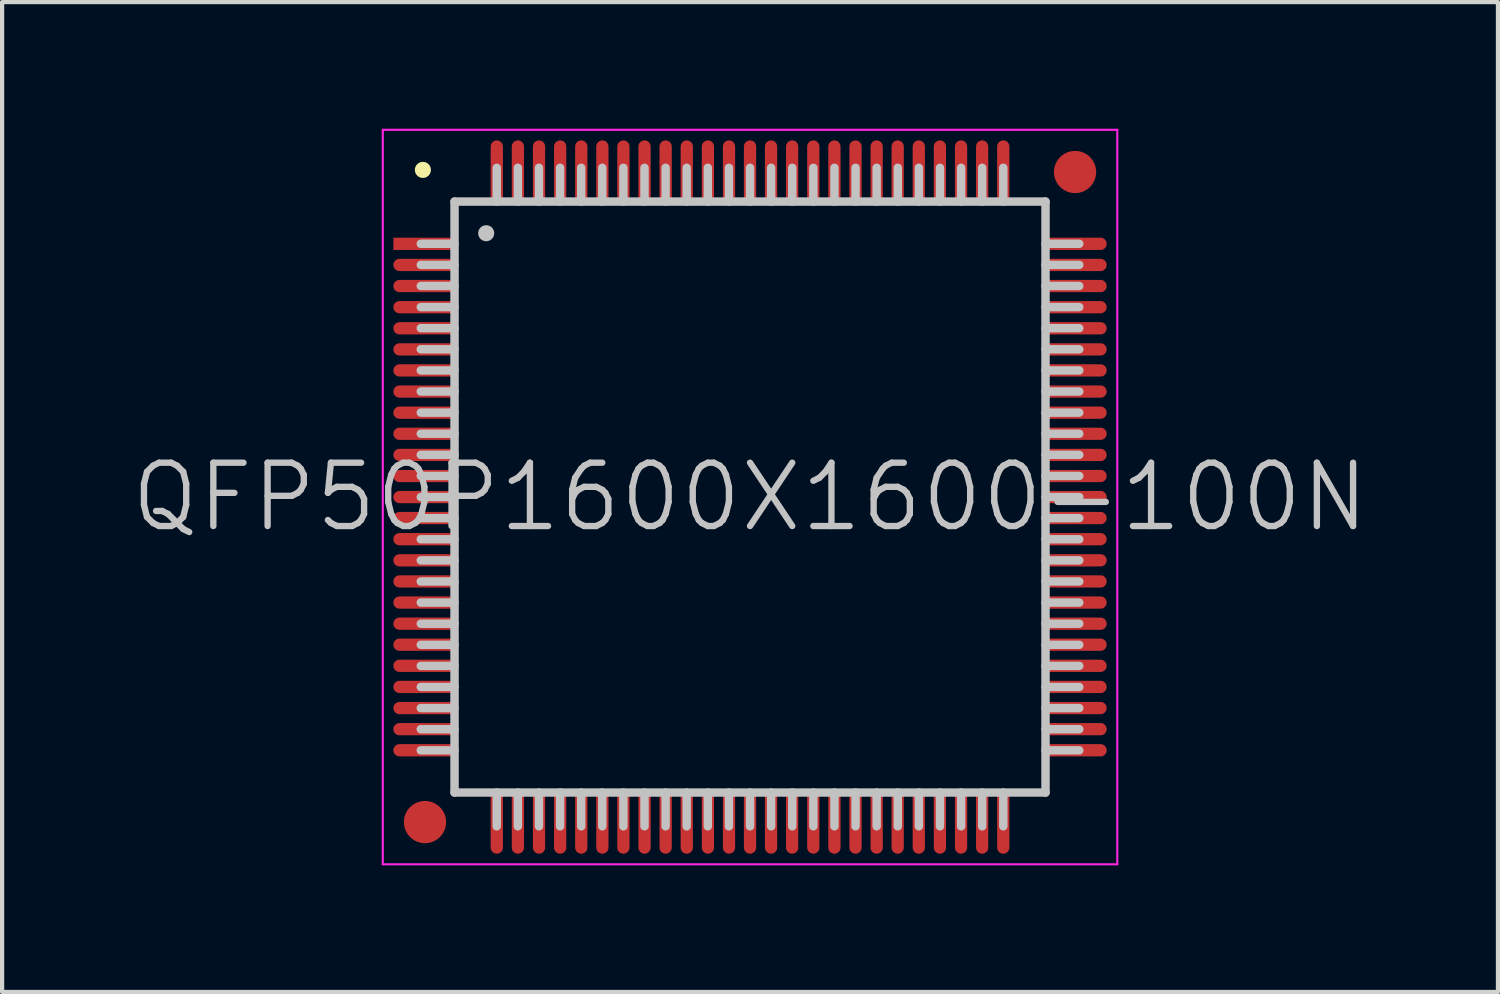
<source format=kicad_pcb>
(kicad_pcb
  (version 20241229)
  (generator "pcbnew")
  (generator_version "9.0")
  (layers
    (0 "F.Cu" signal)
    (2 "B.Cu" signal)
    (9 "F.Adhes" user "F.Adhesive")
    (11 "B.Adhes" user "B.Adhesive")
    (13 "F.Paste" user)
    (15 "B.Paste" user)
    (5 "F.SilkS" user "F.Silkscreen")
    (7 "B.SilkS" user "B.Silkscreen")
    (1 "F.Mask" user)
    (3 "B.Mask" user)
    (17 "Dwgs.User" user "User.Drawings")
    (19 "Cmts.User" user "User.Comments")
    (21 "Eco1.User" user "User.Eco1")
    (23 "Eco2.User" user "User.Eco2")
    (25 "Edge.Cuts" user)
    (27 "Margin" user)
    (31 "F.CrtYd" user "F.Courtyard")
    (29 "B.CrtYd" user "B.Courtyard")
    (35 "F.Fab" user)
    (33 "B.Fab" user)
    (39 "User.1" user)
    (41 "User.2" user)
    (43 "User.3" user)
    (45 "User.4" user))
  (footprint "QFP50P1600X1600-100N"
    (layer "F.Cu")
    (at 14.718 8.725)
    (property "Reference" "QFP50P1600X1600-100N" (at 0 0 0) (layer "Dwgs.User") (effects (font (size 1.5 1.5) (thickness 0.15))))
    (attr smd)
    (fp_line (start -7.75 -7.75) (end -7.75 -7.75) (stroke (width 0.381) (type solid)) (layer "F.SilkS"))
    (fp_line (start -7 -7) (end -7 7) (stroke (width 0.2) (type solid)) (layer "Dwgs.User"))
    (fp_line (start -7 -7) (end 7 -7) (stroke (width 0.2) (type solid)) (layer "Dwgs.User"))
    (fp_line (start -7 -6) (end -7.8 -6) (stroke (width 0.2) (type solid)) (layer "Dwgs.User"))
    (fp_line (start -7 -5.5) (end -7.8 -5.5) (stroke (width 0.2) (type solid)) (layer "Dwgs.User"))
    (fp_line (start -7 -5) (end -7.8 -5) (stroke (width 0.2) (type solid)) (layer "Dwgs.User"))
    (fp_line (start -7 -4.5) (end -7.8 -4.5) (stroke (width 0.2) (type solid)) (layer "Dwgs.User"))
    (fp_line (start -7 -4) (end -7.8 -4) (stroke (width 0.2) (type solid)) (layer "Dwgs.User"))
    (fp_line (start -7 -3.5) (end -7.8 -3.5) (stroke (width 0.2) (type solid)) (layer "Dwgs.User"))
    (fp_line (start -7 -3) (end -7.8 -3) (stroke (width 0.2) (type solid)) (layer "Dwgs.User"))
    (fp_line (start -7 -2.5) (end -7.8 -2.5) (stroke (width 0.2) (type solid)) (layer "Dwgs.User"))
    (fp_line (start -7 -2) (end -7.8 -2) (stroke (width 0.2) (type solid)) (layer "Dwgs.User"))
    (fp_line (start -7 -1.5) (end -7.8 -1.5) (stroke (width 0.2) (type solid)) (layer "Dwgs.User"))
    (fp_line (start -7 -1) (end -7.8 -1) (stroke (width 0.2) (type solid)) (layer "Dwgs.User"))
    (fp_line (start -7 -0.5) (end -7.8 -0.5) (stroke (width 0.2) (type solid)) (layer "Dwgs.User"))
    (fp_line (start -7 0) (end -7.8 0) (stroke (width 0.2) (type solid)) (layer "Dwgs.User"))
    (fp_line (start -7 0.5) (end -7.8 0.5) (stroke (width 0.2) (type solid)) (layer "Dwgs.User"))
    (fp_line (start -7 1) (end -7.8 1) (stroke (width 0.2) (type solid)) (layer "Dwgs.User"))
    (fp_line (start -7 1.5) (end -7.8 1.5) (stroke (width 0.2) (type solid)) (layer "Dwgs.User"))
    (fp_line (start -7 2) (end -7.8 2) (stroke (width 0.2) (type solid)) (layer "Dwgs.User"))
    (fp_line (start -7 2.5) (end -7.8 2.5) (stroke (width 0.2) (type solid)) (layer "Dwgs.User"))
    (fp_line (start -7 3) (end -7.8 3) (stroke (width 0.2) (type solid)) (layer "Dwgs.User"))
    (fp_line (start -7 3.5) (end -7.8 3.5) (stroke (width 0.2) (type solid)) (layer "Dwgs.User"))
    (fp_line (start -7 4) (end -7.8 4) (stroke (width 0.2) (type solid)) (layer "Dwgs.User"))
    (fp_line (start -7 4.5) (end -7.8 4.5) (stroke (width 0.2) (type solid)) (layer "Dwgs.User"))
    (fp_line (start -7 5) (end -7.8 5) (stroke (width 0.2) (type solid)) (layer "Dwgs.User"))
    (fp_line (start -7 5.5) (end -7.8 5.5) (stroke (width 0.2) (type solid)) (layer "Dwgs.User"))
    (fp_line (start -7 6) (end -7.8 6) (stroke (width 0.2) (type solid)) (layer "Dwgs.User"))
    (fp_line (start -7 7) (end 7 7) (stroke (width 0.2) (type solid)) (layer "Dwgs.User"))
    (fp_line (start -6.25 -6.25) (end -6.25 -6.25) (stroke (width 0.381) (type solid)) (layer "Dwgs.User"))
    (fp_line (start -6 -7) (end -6 -7.8) (stroke (width 0.2) (type solid)) (layer "Dwgs.User"))
    (fp_line (start -6 7.8) (end -6 7) (stroke (width 0.2) (type solid)) (layer "Dwgs.User"))
    (fp_line (start -5.5 -7) (end -5.5 -7.8) (stroke (width 0.2) (type solid)) (layer "Dwgs.User"))
    (fp_line (start -5.5 7.8) (end -5.5 7) (stroke (width 0.2) (type solid)) (layer "Dwgs.User"))
    (fp_line (start -5 -7) (end -5 -7.8) (stroke (width 0.2) (type solid)) (layer "Dwgs.User"))
    (fp_line (start -5 7.8) (end -5 7) (stroke (width 0.2) (type solid)) (layer "Dwgs.User"))
    (fp_line (start -4.5 -7) (end -4.5 -7.8) (stroke (width 0.2) (type solid)) (layer "Dwgs.User"))
    (fp_line (start -4.5 7.8) (end -4.5 7) (stroke (width 0.2) (type solid)) (layer "Dwgs.User"))
    (fp_line (start -4 -7) (end -4 -7.8) (stroke (width 0.2) (type solid)) (layer "Dwgs.User"))
    (fp_line (start -4 7.8) (end -4 7) (stroke (width 0.2) (type solid)) (layer "Dwgs.User"))
    (fp_line (start -3.5 -7) (end -3.5 -7.8) (stroke (width 0.2) (type solid)) (layer "Dwgs.User"))
    (fp_line (start -3.5 7.8) (end -3.5 7) (stroke (width 0.2) (type solid)) (layer "Dwgs.User"))
    (fp_line (start -3 -7) (end -3 -7.8) (stroke (width 0.2) (type solid)) (layer "Dwgs.User"))
    (fp_line (start -3 7.8) (end -3 7) (stroke (width 0.2) (type solid)) (layer "Dwgs.User"))
    (fp_line (start -2.5 -7) (end -2.5 -7.8) (stroke (width 0.2) (type solid)) (layer "Dwgs.User"))
    (fp_line (start -2.5 7.8) (end -2.5 7) (stroke (width 0.2) (type solid)) (layer "Dwgs.User"))
    (fp_line (start -2 -7) (end -2 -7.8) (stroke (width 0.2) (type solid)) (layer "Dwgs.User"))
    (fp_line (start -2 7.8) (end -2 7) (stroke (width 0.2) (type solid)) (layer "Dwgs.User"))
    (fp_line (start -1.5 -7) (end -1.5 -7.8) (stroke (width 0.2) (type solid)) (layer "Dwgs.User"))
    (fp_line (start -1.5 7.8) (end -1.5 7) (stroke (width 0.2) (type solid)) (layer "Dwgs.User"))
    (fp_line (start -1 -7) (end -1 -7.8) (stroke (width 0.2) (type solid)) (layer "Dwgs.User"))
    (fp_line (start -1 7.8) (end -1 7) (stroke (width 0.2) (type solid)) (layer "Dwgs.User"))
    (fp_line (start -0.5 -7) (end -0.5 -7.8) (stroke (width 0.2) (type solid)) (layer "Dwgs.User"))
    (fp_line (start -0.5 7.8) (end -0.5 7) (stroke (width 0.2) (type solid)) (layer "Dwgs.User"))
    (fp_line (start 0 -7) (end 0 -7.8) (stroke (width 0.2) (type solid)) (layer "Dwgs.User"))
    (fp_line (start 0 7.8) (end 0 7) (stroke (width 0.2) (type solid)) (layer "Dwgs.User"))
    (fp_line (start 0.5 -7) (end 0.5 -7.8) (stroke (width 0.2) (type solid)) (layer "Dwgs.User"))
    (fp_line (start 0.5 7.8) (end 0.5 7) (stroke (width 0.2) (type solid)) (layer "Dwgs.User"))
    (fp_line (start 1 -7) (end 1 -7.8) (stroke (width 0.2) (type solid)) (layer "Dwgs.User"))
    (fp_line (start 1 7.8) (end 1 7) (stroke (width 0.2) (type solid)) (layer "Dwgs.User"))
    (fp_line (start 1.5 -7) (end 1.5 -7.8) (stroke (width 0.2) (type solid)) (layer "Dwgs.User"))
    (fp_line (start 1.5 7.8) (end 1.5 7) (stroke (width 0.2) (type solid)) (layer "Dwgs.User"))
    (fp_line (start 2 -7) (end 2 -7.8) (stroke (width 0.2) (type solid)) (layer "Dwgs.User"))
    (fp_line (start 2 7.8) (end 2 7) (stroke (width 0.2) (type solid)) (layer "Dwgs.User"))
    (fp_line (start 2.5 -7) (end 2.5 -7.8) (stroke (width 0.2) (type solid)) (layer "Dwgs.User"))
    (fp_line (start 2.5 7.8) (end 2.5 7) (stroke (width 0.2) (type solid)) (layer "Dwgs.User"))
    (fp_line (start 3 -7) (end 3 -7.8) (stroke (width 0.2) (type solid)) (layer "Dwgs.User"))
    (fp_line (start 3 7.8) (end 3 7) (stroke (width 0.2) (type solid)) (layer "Dwgs.User"))
    (fp_line (start 3.5 -7) (end 3.5 -7.8) (stroke (width 0.2) (type solid)) (layer "Dwgs.User"))
    (fp_line (start 3.5 7.8) (end 3.5 7) (stroke (width 0.2) (type solid)) (layer "Dwgs.User"))
    (fp_line (start 4 -7) (end 4 -7.8) (stroke (width 0.2) (type solid)) (layer "Dwgs.User"))
    (fp_line (start 4 7.8) (end 4 7) (stroke (width 0.2) (type solid)) (layer "Dwgs.User"))
    (fp_line (start 4.5 -7) (end 4.5 -7.8) (stroke (width 0.2) (type solid)) (layer "Dwgs.User"))
    (fp_line (start 4.5 7.8) (end 4.5 7) (stroke (width 0.2) (type solid)) (layer "Dwgs.User"))
    (fp_line (start 5 -7) (end 5 -7.8) (stroke (width 0.2) (type solid)) (layer "Dwgs.User"))
    (fp_line (start 5 7.8) (end 5 7) (stroke (width 0.2) (type solid)) (layer "Dwgs.User"))
    (fp_line (start 5.5 -7) (end 5.5 -7.8) (stroke (width 0.2) (type solid)) (layer "Dwgs.User"))
    (fp_line (start 5.5 7.8) (end 5.5 7) (stroke (width 0.2) (type solid)) (layer "Dwgs.User"))
    (fp_line (start 6 -7) (end 6 -7.8) (stroke (width 0.2) (type solid)) (layer "Dwgs.User"))
    (fp_line (start 6 7.8) (end 6 7) (stroke (width 0.2) (type solid)) (layer "Dwgs.User"))
    (fp_line (start 7 -7) (end 7 7) (stroke (width 0.2) (type solid)) (layer "Dwgs.User"))
    (fp_line (start 7.8 -6) (end 7 -6) (stroke (width 0.2) (type solid)) (layer "Dwgs.User"))
    (fp_line (start 7.8 -5.5) (end 7 -5.5) (stroke (width 0.2) (type solid)) (layer "Dwgs.User"))
    (fp_line (start 7.8 -5) (end 7 -5) (stroke (width 0.2) (type solid)) (layer "Dwgs.User"))
    (fp_line (start 7.8 -4.5) (end 7 -4.5) (stroke (width 0.2) (type solid)) (layer "Dwgs.User"))
    (fp_line (start 7.8 -4) (end 7 -4) (stroke (width 0.2) (type solid)) (layer "Dwgs.User"))
    (fp_line (start 7.8 -3.5) (end 7 -3.5) (stroke (width 0.2) (type solid)) (layer "Dwgs.User"))
    (fp_line (start 7.8 -3) (end 7 -3) (stroke (width 0.2) (type solid)) (layer "Dwgs.User"))
    (fp_line (start 7.8 -2.5) (end 7 -2.5) (stroke (width 0.2) (type solid)) (layer "Dwgs.User"))
    (fp_line (start 7.8 -2) (end 7 -2) (stroke (width 0.2) (type solid)) (layer "Dwgs.User"))
    (fp_line (start 7.8 -1.5) (end 7 -1.5) (stroke (width 0.2) (type solid)) (layer "Dwgs.User"))
    (fp_line (start 7.8 -1) (end 7 -1) (stroke (width 0.2) (type solid)) (layer "Dwgs.User"))
    (fp_line (start 7.8 -0.5) (end 7 -0.5) (stroke (width 0.2) (type solid)) (layer "Dwgs.User"))
    (fp_line (start 7.8 0) (end 7 0) (stroke (width 0.2) (type solid)) (layer "Dwgs.User"))
    (fp_line (start 7.8 0.5) (end 7 0.5) (stroke (width 0.2) (type solid)) (layer "Dwgs.User"))
    (fp_line (start 7.8 1) (end 7 1) (stroke (width 0.2) (type solid)) (layer "Dwgs.User"))
    (fp_line (start 7.8 1.5) (end 7 1.5) (stroke (width 0.2) (type solid)) (layer "Dwgs.User"))
    (fp_line (start 7.8 2) (end 7 2) (stroke (width 0.2) (type solid)) (layer "Dwgs.User"))
    (fp_line (start 7.8 2.5) (end 7 2.5) (stroke (width 0.2) (type solid)) (layer "Dwgs.User"))
    (fp_line (start 7.8 3) (end 7 3) (stroke (width 0.2) (type solid)) (layer "Dwgs.User"))
    (fp_line (start 7.8 3.5) (end 7 3.5) (stroke (width 0.2) (type solid)) (layer "Dwgs.User"))
    (fp_line (start 7.8 4) (end 7 4) (stroke (width 0.2) (type solid)) (layer "Dwgs.User"))
    (fp_line (start 7.8 4.5) (end 7 4.5) (stroke (width 0.2) (type solid)) (layer "Dwgs.User"))
    (fp_line (start 7.8 5) (end 7 5) (stroke (width 0.2) (type solid)) (layer "Dwgs.User"))
    (fp_line (start 7.8 5.5) (end 7 5.5) (stroke (width 0.2) (type solid)) (layer "Dwgs.User"))
    (fp_line (start 7.8 6) (end 7 6) (stroke (width 0.2) (type solid)) (layer "Dwgs.User"))
    (fp_line (start -8.7 -8.7) (end -8.7 8.7) (stroke (width 0.05) (type solid)) (layer "F.CrtYd"))
    (fp_line (start -8.7 -8.7) (end 8.7 -8.7) (stroke (width 0.05) (type solid)) (layer "F.CrtYd"))
    (fp_line (start -8.7 8.7) (end 8.7 8.7) (stroke (width 0.05) (type solid)) (layer "F.CrtYd"))
    (fp_line (start 8.7 -8.7) (end 8.7 8.7) (stroke (width 0.05) (type solid)) (layer "F.CrtYd"))
    (pad "" smd circle (at -7.7 7.7) (size 1 1) (layers "F.Cu" "F.Mask"))
    (pad "" smd circle (at 7.7 -7.7) (size 1 1) (layers "F.Cu" "F.Mask"))
    (pad "1" smd rect (at -7.699 -5.999 90) (size 0.29 1.5) (layers "F.Cu" "F.Mask" "F.Paste"))
    (pad "2" smd oval (at -7.699 -5.499 90) (size 0.29 1.5) (layers "F.Cu" "F.Mask" "F.Paste"))
    (pad "3" smd oval (at -7.699 -4.999 90) (size 0.29 1.5) (layers "F.Cu" "F.Mask" "F.Paste"))
    (pad "4" smd oval (at -7.699 -4.498 90) (size 0.29 1.5) (layers "F.Cu" "F.Mask" "F.Paste"))
    (pad "5" smd oval (at -7.699 -3.998 90) (size 0.29 1.5) (layers "F.Cu" "F.Mask" "F.Paste"))
    (pad "6" smd oval (at -7.699 -3.498 90) (size 0.29 1.5) (layers "F.Cu" "F.Mask" "F.Paste"))
    (pad "7" smd oval (at -7.699 -3 90) (size 0.29 1.5) (layers "F.Cu" "F.Mask" "F.Paste"))
    (pad "8" smd oval (at -7.699 -2.499 90) (size 0.29 1.5) (layers "F.Cu" "F.Mask" "F.Paste"))
    (pad "9" smd oval (at -7.699 -1.999 90) (size 0.29 1.5) (layers "F.Cu" "F.Mask" "F.Paste"))
    (pad "10" smd oval (at -7.699 -1.499 90) (size 0.29 1.5) (layers "F.Cu" "F.Mask" "F.Paste"))
    (pad "11" smd oval (at -7.699 -0.998 90) (size 0.29 1.5) (layers "F.Cu" "F.Mask" "F.Paste"))
    (pad "12" smd oval (at -7.699 -0.498 90) (size 0.29 1.5) (layers "F.Cu" "F.Mask" "F.Paste"))
    (pad "13" smd oval (at -7.699 0 90) (size 0.29 1.5) (layers "F.Cu" "F.Mask" "F.Paste"))
    (pad "14" smd oval (at -7.699 0.498 90) (size 0.29 1.5) (layers "F.Cu" "F.Mask" "F.Paste"))
    (pad "15" smd oval (at -7.699 0.998 90) (size 0.29 1.5) (layers "F.Cu" "F.Mask" "F.Paste"))
    (pad "16" smd oval (at -7.699 1.499 90) (size 0.29 1.5) (layers "F.Cu" "F.Mask" "F.Paste"))
    (pad "17" smd oval (at -7.699 1.999 90) (size 0.29 1.5) (layers "F.Cu" "F.Mask" "F.Paste"))
    (pad "18" smd oval (at -7.699 2.499 90) (size 0.29 1.5) (layers "F.Cu" "F.Mask" "F.Paste"))
    (pad "19" smd oval (at -7.699 3 90) (size 0.29 1.5) (layers "F.Cu" "F.Mask" "F.Paste"))
    (pad "20" smd oval (at -7.699 3.498 90) (size 0.29 1.5) (layers "F.Cu" "F.Mask" "F.Paste"))
    (pad "21" smd oval (at -7.699 3.998 90) (size 0.29 1.5) (layers "F.Cu" "F.Mask" "F.Paste"))
    (pad "22" smd oval (at -7.699 4.498 90) (size 0.29 1.5) (layers "F.Cu" "F.Mask" "F.Paste"))
    (pad "23" smd oval (at -7.699 4.999 90) (size 0.29 1.5) (layers "F.Cu" "F.Mask" "F.Paste"))
    (pad "24" smd oval (at -7.699 5.499 90) (size 0.29 1.5) (layers "F.Cu" "F.Mask" "F.Paste"))
    (pad "25" smd oval (at -7.699 5.999 90) (size 0.29 1.5) (layers "F.Cu" "F.Mask" "F.Paste"))
    (pad "26" smd oval (at -5.999 7.699 180) (size 0.29 1.5) (layers "F.Cu" "F.Mask" "F.Paste"))
    (pad "27" smd oval (at -5.499 7.699 180) (size 0.29 1.5) (layers "F.Cu" "F.Mask" "F.Paste"))
    (pad "28" smd oval (at -4.999 7.699 180) (size 0.29 1.5) (layers "F.Cu" "F.Mask" "F.Paste"))
    (pad "29" smd oval (at -4.498 7.699 180) (size 0.29 1.5) (layers "F.Cu" "F.Mask" "F.Paste"))
    (pad "30" smd oval (at -3.998 7.699 180) (size 0.29 1.5) (layers "F.Cu" "F.Mask" "F.Paste"))
    (pad "31" smd oval (at -3.498 7.699 180) (size 0.29 1.5) (layers "F.Cu" "F.Mask" "F.Paste"))
    (pad "32" smd oval (at -3 7.699 180) (size 0.29 1.5) (layers "F.Cu" "F.Mask" "F.Paste"))
    (pad "33" smd oval (at -2.499 7.699 180) (size 0.29 1.5) (layers "F.Cu" "F.Mask" "F.Paste"))
    (pad "34" smd oval (at -1.999 7.699 180) (size 0.29 1.5) (layers "F.Cu" "F.Mask" "F.Paste"))
    (pad "35" smd oval (at -1.499 7.699 180) (size 0.29 1.5) (layers "F.Cu" "F.Mask" "F.Paste"))
    (pad "36" smd oval (at -0.998 7.699 180) (size 0.29 1.5) (layers "F.Cu" "F.Mask" "F.Paste"))
    (pad "37" smd oval (at -0.498 7.699 180) (size 0.29 1.5) (layers "F.Cu" "F.Mask" "F.Paste"))
    (pad "38" smd oval (at 0 7.699 180) (size 0.29 1.5) (layers "F.Cu" "F.Mask" "F.Paste"))
    (pad "39" smd oval (at 0.498 7.699 180) (size 0.29 1.5) (layers "F.Cu" "F.Mask" "F.Paste"))
    (pad "40" smd oval (at 0.998 7.699 180) (size 0.29 1.5) (layers "F.Cu" "F.Mask" "F.Paste"))
    (pad "41" smd oval (at 1.499 7.699 180) (size 0.29 1.5) (layers "F.Cu" "F.Mask" "F.Paste"))
    (pad "42" smd oval (at 1.999 7.699 180) (size 0.29 1.5) (layers "F.Cu" "F.Mask" "F.Paste"))
    (pad "43" smd oval (at 2.499 7.699 180) (size 0.29 1.5) (layers "F.Cu" "F.Mask" "F.Paste"))
    (pad "44" smd oval (at 3 7.699 180) (size 0.29 1.5) (layers "F.Cu" "F.Mask" "F.Paste"))
    (pad "45" smd oval (at 3.498 7.699 180) (size 0.29 1.5) (layers "F.Cu" "F.Mask" "F.Paste"))
    (pad "46" smd oval (at 3.998 7.699 180) (size 0.29 1.5) (layers "F.Cu" "F.Mask" "F.Paste"))
    (pad "47" smd oval (at 4.498 7.699 180) (size 0.29 1.5) (layers "F.Cu" "F.Mask" "F.Paste"))
    (pad "48" smd oval (at 4.999 7.699 180) (size 0.29 1.5) (layers "F.Cu" "F.Mask" "F.Paste"))
    (pad "49" smd oval (at 5.499 7.699 180) (size 0.29 1.5) (layers "F.Cu" "F.Mask" "F.Paste"))
    (pad "50" smd oval (at 5.999 7.699 180) (size 0.29 1.5) (layers "F.Cu" "F.Mask" "F.Paste"))
    (pad "51" smd oval (at 7.699 5.999 270) (size 0.29 1.5) (layers "F.Cu" "F.Mask" "F.Paste"))
    (pad "52" smd oval (at 7.699 5.499 270) (size 0.29 1.5) (layers "F.Cu" "F.Mask" "F.Paste"))
    (pad "53" smd oval (at 7.699 4.999 270) (size 0.29 1.5) (layers "F.Cu" "F.Mask" "F.Paste"))
    (pad "54" smd oval (at 7.699 4.498 270) (size 0.29 1.5) (layers "F.Cu" "F.Mask" "F.Paste"))
    (pad "55" smd oval (at 7.699 3.998 270) (size 0.29 1.5) (layers "F.Cu" "F.Mask" "F.Paste"))
    (pad "56" smd oval (at 7.699 3.498 270) (size 0.29 1.5) (layers "F.Cu" "F.Mask" "F.Paste"))
    (pad "57" smd oval (at 7.699 3 270) (size 0.29 1.5) (layers "F.Cu" "F.Mask" "F.Paste"))
    (pad "58" smd oval (at 7.699 2.499 270) (size 0.29 1.5) (layers "F.Cu" "F.Mask" "F.Paste"))
    (pad "59" smd oval (at 7.699 1.999 270) (size 0.29 1.5) (layers "F.Cu" "F.Mask" "F.Paste"))
    (pad "60" smd oval (at 7.699 1.499 270) (size 0.29 1.5) (layers "F.Cu" "F.Mask" "F.Paste"))
    (pad "61" smd oval (at 7.699 0.998 270) (size 0.29 1.5) (layers "F.Cu" "F.Mask" "F.Paste"))
    (pad "62" smd oval (at 7.699 0.498 270) (size 0.29 1.5) (layers "F.Cu" "F.Mask" "F.Paste"))
    (pad "63" smd oval (at 7.699 0 270) (size 0.29 1.5) (layers "F.Cu" "F.Mask" "F.Paste"))
    (pad "64" smd oval (at 7.699 -0.498 270) (size 0.29 1.5) (layers "F.Cu" "F.Mask" "F.Paste"))
    (pad "65" smd oval (at 7.699 -0.998 270) (size 0.29 1.5) (layers "F.Cu" "F.Mask" "F.Paste"))
    (pad "66" smd oval (at 7.699 -1.499 270) (size 0.29 1.5) (layers "F.Cu" "F.Mask" "F.Paste"))
    (pad "67" smd oval (at 7.699 -1.999 270) (size 0.29 1.5) (layers "F.Cu" "F.Mask" "F.Paste"))
    (pad "68" smd oval (at 7.699 -2.499 270) (size 0.29 1.5) (layers "F.Cu" "F.Mask" "F.Paste"))
    (pad "69" smd oval (at 7.699 -3 270) (size 0.29 1.5) (layers "F.Cu" "F.Mask" "F.Paste"))
    (pad "70" smd oval (at 7.699 -3.498 270) (size 0.29 1.5) (layers "F.Cu" "F.Mask" "F.Paste"))
    (pad "71" smd oval (at 7.699 -3.998 270) (size 0.29 1.5) (layers "F.Cu" "F.Mask" "F.Paste"))
    (pad "72" smd oval (at 7.699 -4.498 270) (size 0.29 1.5) (layers "F.Cu" "F.Mask" "F.Paste"))
    (pad "73" smd oval (at 7.699 -4.999 270) (size 0.29 1.5) (layers "F.Cu" "F.Mask" "F.Paste"))
    (pad "74" smd oval (at 7.699 -5.499 270) (size 0.29 1.5) (layers "F.Cu" "F.Mask" "F.Paste"))
    (pad "75" smd oval (at 7.699 -5.999 270) (size 0.29 1.5) (layers "F.Cu" "F.Mask" "F.Paste"))
    (pad "76" smd oval (at 5.999 -7.699) (size 0.29 1.5) (layers "F.Cu" "F.Mask" "F.Paste"))
    (pad "77" smd oval (at 5.499 -7.699) (size 0.29 1.5) (layers "F.Cu" "F.Mask" "F.Paste"))
    (pad "78" smd oval (at 4.999 -7.699) (size 0.29 1.5) (layers "F.Cu" "F.Mask" "F.Paste"))
    (pad "79" smd oval (at 4.498 -7.699) (size 0.29 1.5) (layers "F.Cu" "F.Mask" "F.Paste"))
    (pad "80" smd oval (at 3.998 -7.699) (size 0.29 1.5) (layers "F.Cu" "F.Mask" "F.Paste"))
    (pad "81" smd oval (at 3.498 -7.699) (size 0.29 1.5) (layers "F.Cu" "F.Mask" "F.Paste"))
    (pad "82" smd oval (at 3 -7.699) (size 0.29 1.5) (layers "F.Cu" "F.Mask" "F.Paste"))
    (pad "83" smd oval (at 2.499 -7.699) (size 0.29 1.5) (layers "F.Cu" "F.Mask" "F.Paste"))
    (pad "84" smd oval (at 1.999 -7.699) (size 0.29 1.5) (layers "F.Cu" "F.Mask" "F.Paste"))
    (pad "85" smd oval (at 1.499 -7.699) (size 0.29 1.5) (layers "F.Cu" "F.Mask" "F.Paste"))
    (pad "86" smd oval (at 0.998 -7.699) (size 0.29 1.5) (layers "F.Cu" "F.Mask" "F.Paste"))
    (pad "87" smd oval (at 0.498 -7.699) (size 0.29 1.5) (layers "F.Cu" "F.Mask" "F.Paste"))
    (pad "88" smd oval (at 0 -7.699) (size 0.29 1.5) (layers "F.Cu" "F.Mask" "F.Paste"))
    (pad "89" smd oval (at -0.498 -7.699) (size 0.29 1.5) (layers "F.Cu" "F.Mask" "F.Paste"))
    (pad "90" smd oval (at -0.998 -7.699) (size 0.29 1.5) (layers "F.Cu" "F.Mask" "F.Paste"))
    (pad "91" smd oval (at -1.499 -7.699) (size 0.29 1.5) (layers "F.Cu" "F.Mask" "F.Paste"))
    (pad "92" smd oval (at -1.999 -7.699) (size 0.29 1.5) (layers "F.Cu" "F.Mask" "F.Paste"))
    (pad "93" smd oval (at -2.499 -7.699) (size 0.29 1.5) (layers "F.Cu" "F.Mask" "F.Paste"))
    (pad "94" smd oval (at -3 -7.699) (size 0.29 1.5) (layers "F.Cu" "F.Mask" "F.Paste"))
    (pad "95" smd oval (at -3.498 -7.699) (size 0.29 1.5) (layers "F.Cu" "F.Mask" "F.Paste"))
    (pad "96" smd oval (at -3.998 -7.699) (size 0.29 1.5) (layers "F.Cu" "F.Mask" "F.Paste"))
    (pad "97" smd oval (at -4.498 -7.699) (size 0.29 1.5) (layers "F.Cu" "F.Mask" "F.Paste"))
    (pad "98" smd oval (at -4.999 -7.699) (size 0.29 1.5) (layers "F.Cu" "F.Mask" "F.Paste"))
    (pad "99" smd oval (at -5.499 -7.699) (size 0.29 1.5) (layers "F.Cu" "F.Mask" "F.Paste"))
    (pad "100" smd oval (at -5.999 -7.699) (size 0.29 1.5) (layers "F.Cu" "F.Mask" "F.Paste")))
  (gr_rect
    (start -3 -3)
    (end 32.436 20.45)
    (stroke (width 0.1) (type default))
    (fill no)
    (layer "Edge.Cuts")))
</source>
